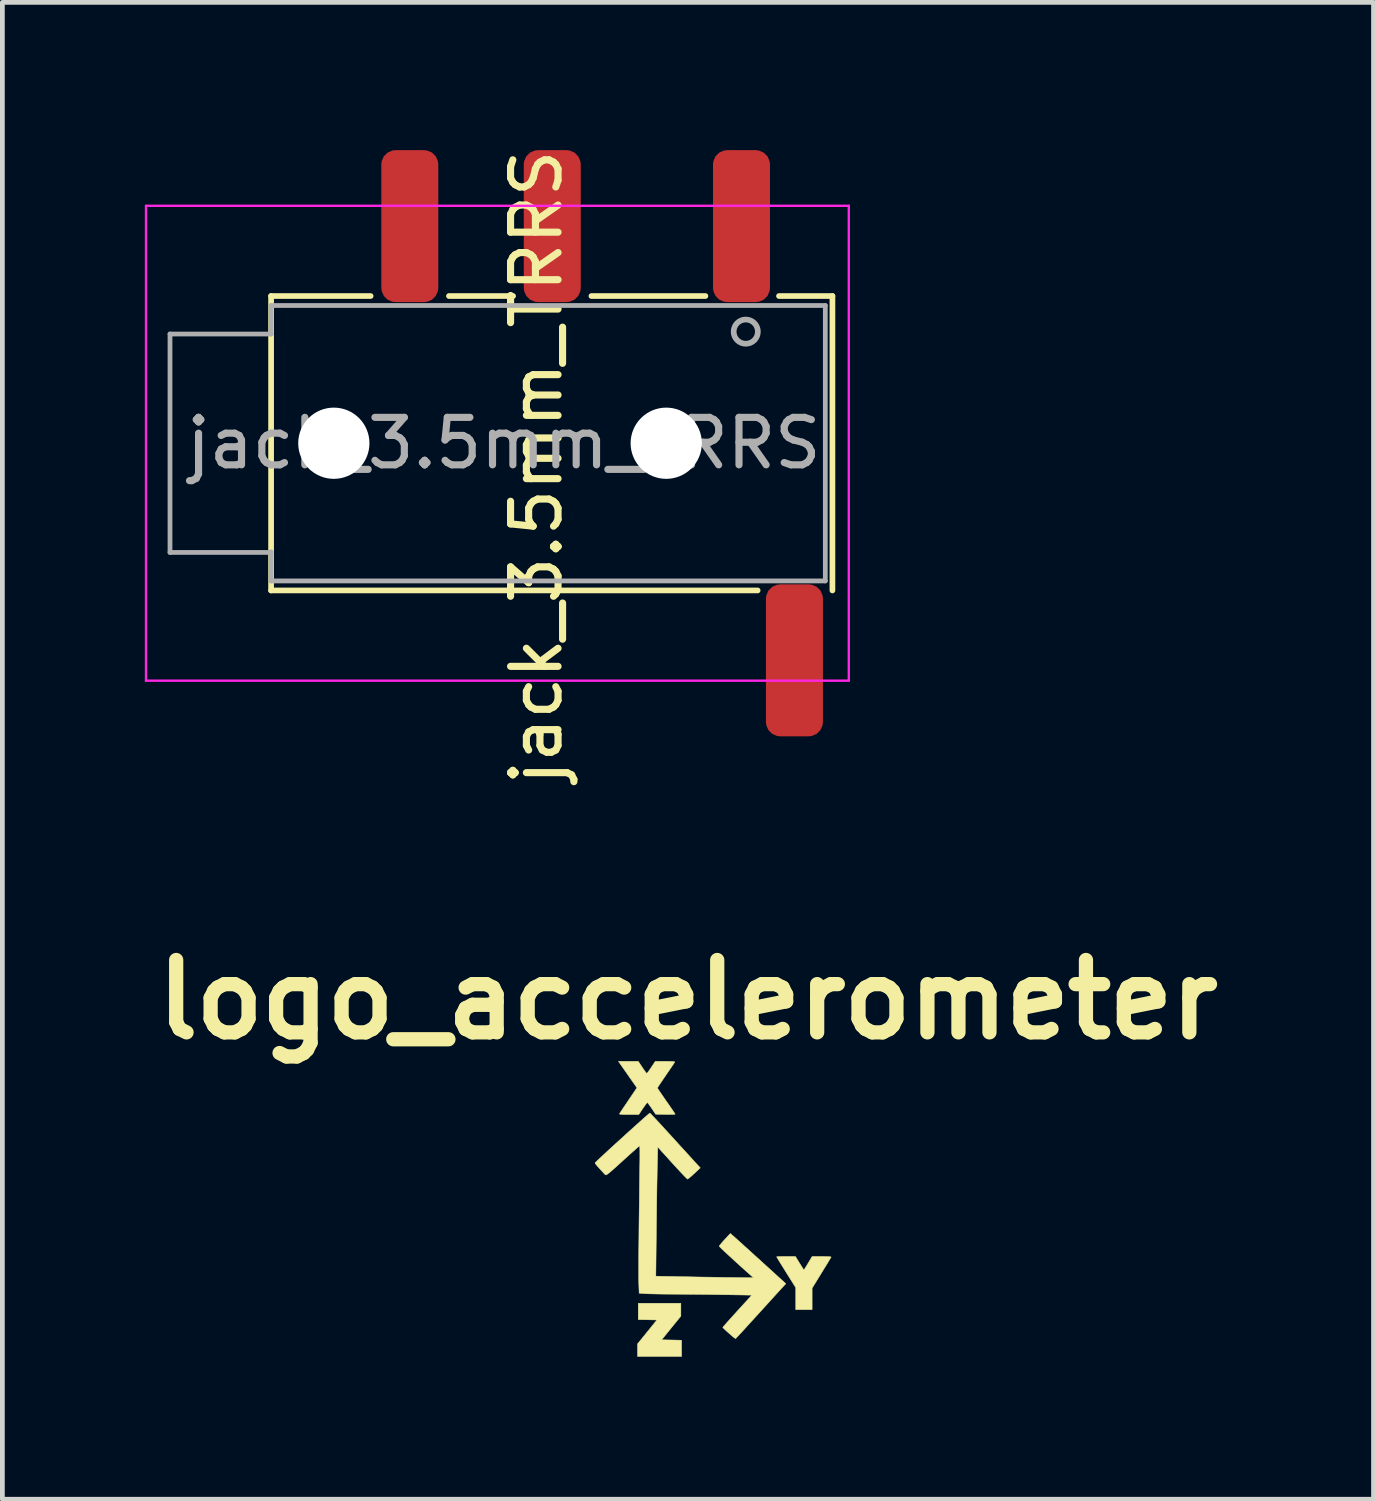
<source format=kicad_pcb>
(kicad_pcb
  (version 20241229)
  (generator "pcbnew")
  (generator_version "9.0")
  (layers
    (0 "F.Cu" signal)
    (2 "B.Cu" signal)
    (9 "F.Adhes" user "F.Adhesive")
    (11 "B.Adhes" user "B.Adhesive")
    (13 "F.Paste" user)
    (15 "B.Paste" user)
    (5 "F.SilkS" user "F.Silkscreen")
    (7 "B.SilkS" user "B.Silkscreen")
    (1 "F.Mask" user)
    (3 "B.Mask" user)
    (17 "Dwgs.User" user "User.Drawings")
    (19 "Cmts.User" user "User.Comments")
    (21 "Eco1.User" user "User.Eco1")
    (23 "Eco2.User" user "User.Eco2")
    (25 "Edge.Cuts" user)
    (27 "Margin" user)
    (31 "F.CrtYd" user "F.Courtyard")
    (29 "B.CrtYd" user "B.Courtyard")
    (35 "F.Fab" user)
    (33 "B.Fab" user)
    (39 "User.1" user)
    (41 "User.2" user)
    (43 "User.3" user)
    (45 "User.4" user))
  (footprint "jack_3.5mm_TRRS"
    (layer "F.Cu")
    (at 8.755 6.284)
    (property "Reference" "jack_3.5mm_TRRS" (at -0.508 0.508 90) (layer "F.SilkS") (effects (font (size 1 1) (thickness 0.15))))
    (attr smd)
    (fp_line (start -6.096 -3.1) (end -6.096 3.1) (stroke (width 0.12) (type solid)) (layer "F.SilkS"))
    (fp_line (start -6.096 -3.1) (end -4 -3.1) (stroke (width 0.12) (type solid)) (layer "F.SilkS"))
    (fp_line (start -2.35 -3.1) (end -1 -3.1) (stroke (width 0.12) (type solid)) (layer "F.SilkS"))
    (fp_line (start 0.65 -3.1) (end 3.05 -3.1) (stroke (width 0.12) (type solid)) (layer "F.SilkS"))
    (fp_line (start 4.15 3.1) (end -6.096 3.1) (stroke (width 0.12) (type solid)) (layer "F.SilkS"))
    (fp_line (start 4.6 -3.1) (end 5.725 -3.1) (stroke (width 0.12) (type solid)) (layer "F.SilkS"))
    (fp_line (start 5.725 3.1) (end 5.725 -3.1) (stroke (width 0.12) (type solid)) (layer "F.SilkS"))
    (fp_line (start -8.73 -5) (end 6.07 -5) (stroke (width 0.05) (type solid)) (layer "F.CrtYd"))
    (fp_line (start -8.73 5) (end -8.73 -5) (stroke (width 0.05) (type solid)) (layer "F.CrtYd"))
    (fp_line (start -8.73 5) (end 6.07 5) (stroke (width 0.05) (type solid)) (layer "F.CrtYd"))
    (fp_line (start 6.07 5) (end 6.07 -5) (stroke (width 0.05) (type solid)) (layer "F.CrtYd"))
    (fp_line (start -8.225 -2.3) (end -6.096 -2.3) (stroke (width 0.1) (type solid)) (layer "F.Fab"))
    (fp_line (start -8.225 2.3) (end -8.225 -2.3) (stroke (width 0.1) (type solid)) (layer "F.Fab"))
    (fp_line (start -6.096 -2.9) (end 5.575 -2.9) (stroke (width 0.1) (type solid)) (layer "F.Fab"))
    (fp_line (start -6.096 -2.3) (end -6.096 -2.9) (stroke (width 0.1) (type solid)) (layer "F.Fab"))
    (fp_line (start -6.096 2.3) (end -8.225 2.3) (stroke (width 0.1) (type solid)) (layer "F.Fab"))
    (fp_line (start -6.096 2.9) (end -6.096 2.286) (stroke (width 0.1) (type solid)) (layer "F.Fab"))
    (fp_line (start 5.575 -2.9) (end 5.575 2.9) (stroke (width 0.1) (type solid)) (layer "F.Fab"))
    (fp_line (start 5.575 2.9) (end -6.096 2.9) (stroke (width 0.1) (type solid)) (layer "F.Fab"))
    (fp_circle (center 3.9 -2.35) (end 3.95 -2.1) (stroke (width 0.12) (type solid)) (fill no) (layer "F.Fab"))
    (fp_text user "${REFERENCE}" (at -1.195 0 0) (layer "F.Fab") (effects (font (size 1 1) (thickness 0.15))))
    (pad "" np_thru_hole circle (at -4.775 0) (size 1.5 1.5) (drill 1.5) (layers "*.Cu" "*.Mask"))
    (pad "" np_thru_hole circle (at 2.225 0) (size 1.5 1.5) (drill 1.5) (layers "*.Cu" "*.Mask"))
    (pad "R1" smd roundrect (at -0.175 -4.572) (size 1.2 3.2) (layers "F.Cu" "F.Mask" "F.Paste") (roundrect_rratio 0.25))
    (pad "R2" smd roundrect (at -3.175 -4.572) (size 1.2 3.2) (layers "F.Cu" "F.Mask" "F.Paste") (roundrect_rratio 0.25))
    (pad "S" smd roundrect (at 4.925 4.572) (size 1.2 3.2) (layers "F.Cu" "F.Mask" "F.Paste") (roundrect_rratio 0.25))
    (pad "T" smd roundrect (at 3.81 -4.572) (size 1.2 3.2) (layers "F.Cu" "F.Mask" "F.Paste") (roundrect_rratio 0.25)))
  (footprint "logo_accelerometer"
    (layer "F.Cu")
    (at 12.199 22.573)
    (property "Reference" "logo_accelerometer" (at -0.762 -4.572 0) (layer "F.SilkS") (effects (font (size 1.524 1.524) (thickness 0.3))))
    (attr through_hole)
    (fp_poly (pts (xy -0.911 2.093) (xy -1.114 2.343) (xy -1.316 2.592) (xy -1.106 2.596) (xy -0.896 2.601) (xy -0.896 2.943) (xy -1.823 2.943) (xy -1.823 2.678) (xy -1.415 2.174) (xy -1.612 2.17) (xy -1.808 2.166) (xy -1.808 1.823) (xy -0.911 1.823) (xy -0.911 2.093)) (stroke (width 0.01) (type solid)) (fill yes) (layer "F.SilkS"))
    (fp_poly (pts (xy 2.13 0.838) (xy 2.19 0.84) (xy 2.233 0.843) (xy 2.253 0.848) (xy 2.254 0.849) (xy 2.245 0.864) (xy 2.222 0.902) (xy 2.189 0.958) (xy 2.146 1.028) (xy 2.095 1.11) (xy 2.051 1.183) (xy 1.853 1.504) (xy 1.853 1.957) (xy 1.509 1.957) (xy 1.509 1.494) (xy 1.307 1.172) (xy 1.253 1.084) (xy 1.203 1.005) (xy 1.162 0.938) (xy 1.131 0.886) (xy 1.111 0.853) (xy 1.106 0.843) (xy 1.12 0.841) (xy 1.158 0.839) (xy 1.215 0.837) (xy 1.286 0.837) (xy 1.304 0.837) (xy 1.502 0.837) (xy 1.589 0.979) (xy 1.624 1.035) (xy 1.653 1.081) (xy 1.673 1.111) (xy 1.68 1.121) (xy 1.689 1.109) (xy 1.71 1.076) (xy 1.74 1.028) (xy 1.769 0.979) (xy 1.854 0.837) (xy 2.056 0.837) (xy 2.13 0.838)) (stroke (width 0.01) (type solid)) (fill yes) (layer "F.SilkS"))
    (fp_poly (pts (xy -1.724 -3.145) (xy -1.687 -3.092) (xy -1.657 -3.05) (xy -1.636 -3.024) (xy -1.629 -3.018) (xy -1.616 -3.03) (xy -1.592 -3.061) (xy -1.559 -3.107) (xy -1.534 -3.145) (xy -1.449 -3.272) (xy -1.239 -3.272) (xy -1.146 -3.271) (xy -1.081 -3.268) (xy -1.045 -3.263) (xy -1.039 -3.257) (xy -1.05 -3.24) (xy -1.075 -3.203) (xy -1.111 -3.149) (xy -1.157 -3.082) (xy -1.209 -3.006) (xy -1.226 -2.981) (xy -1.279 -2.903) (xy -1.326 -2.834) (xy -1.364 -2.777) (xy -1.391 -2.735) (xy -1.404 -2.713) (xy -1.404 -2.711) (xy -1.396 -2.697) (xy -1.373 -2.661) (xy -1.338 -2.609) (xy -1.293 -2.544) (xy -1.241 -2.468) (xy -1.218 -2.435) (xy -1.163 -2.357) (xy -1.115 -2.287) (xy -1.075 -2.229) (xy -1.047 -2.186) (xy -1.032 -2.163) (xy -1.031 -2.16) (xy -1.045 -2.157) (xy -1.083 -2.155) (xy -1.141 -2.154) (xy -1.212 -2.154) (xy -1.236 -2.155) (xy -1.442 -2.159) (xy -1.524 -2.282) (xy -1.56 -2.334) (xy -1.59 -2.375) (xy -1.611 -2.4) (xy -1.617 -2.405) (xy -1.63 -2.394) (xy -1.654 -2.362) (xy -1.687 -2.316) (xy -1.713 -2.279) (xy -1.797 -2.152) (xy -2.005 -2.152) (xy -2.09 -2.152) (xy -2.149 -2.154) (xy -2.185 -2.158) (xy -2.201 -2.163) (xy -2.202 -2.17) (xy -2.191 -2.188) (xy -2.166 -2.226) (xy -2.129 -2.281) (xy -2.083 -2.349) (xy -2.031 -2.426) (xy -2.014 -2.452) (xy -1.836 -2.715) (xy -2.03 -2.993) (xy -2.225 -3.272) (xy -1.808 -3.272) (xy -1.724 -3.145)) (stroke (width 0.01) (type solid)) (fill yes) (layer "F.SilkS"))
    (fp_poly (pts (xy -1.552 -2.172) (xy -1.522 -2.141) (xy -1.476 -2.093) (xy -1.417 -2.03) (xy -1.347 -1.955) (xy -1.268 -1.868) (xy -1.182 -1.774) (xy -1.155 -1.745) (xy -1.061 -1.642) (xy -0.969 -1.54) (xy -0.88 -1.443) (xy -0.799 -1.354) (xy -0.728 -1.276) (xy -0.671 -1.214) (xy -0.631 -1.17) (xy -0.63 -1.168) (xy -0.502 -1.029) (xy -0.628 -0.911) (xy -0.68 -0.864) (xy -0.724 -0.826) (xy -0.755 -0.801) (xy -0.77 -0.793) (xy -0.783 -0.803) (xy -0.814 -0.833) (xy -0.859 -0.88) (xy -0.917 -0.941) (xy -0.985 -1.014) (xy -1.059 -1.095) (xy -1.091 -1.13) (xy -1.397 -1.468) (xy -1.406 -1.111) (xy -1.408 -1.032) (xy -1.41 -0.928) (xy -1.412 -0.8) (xy -1.415 -0.654) (xy -1.417 -0.494) (xy -1.42 -0.322) (xy -1.422 -0.142) (xy -1.424 0.041) (xy -1.427 0.224) (xy -1.427 0.249) (xy -1.438 1.252) (xy -1.014 1.26) (xy -0.897 1.263) (xy -0.758 1.265) (xy -0.602 1.268) (xy -0.437 1.271) (xy -0.269 1.273) (xy -0.107 1.276) (xy 0.015 1.278) (xy 0.62 1.286) (xy 0.556 1.229) (xy 0.46 1.144) (xy 0.364 1.058) (xy 0.271 0.973) (xy 0.182 0.892) (xy 0.101 0.817) (xy 0.03 0.751) (xy -0.029 0.696) (xy -0.072 0.654) (xy -0.097 0.628) (xy -0.103 0.62) (xy -0.093 0.604) (xy -0.067 0.571) (xy -0.029 0.526) (xy 0.014 0.479) (xy 0.131 0.353) (xy 0.174 0.39) (xy 0.194 0.407) (xy 0.233 0.442) (xy 0.29 0.493) (xy 0.362 0.558) (xy 0.446 0.634) (xy 0.541 0.72) (xy 0.644 0.814) (xy 0.753 0.912) (xy 0.759 0.918) (xy 1.3 1.41) (xy 1.257 1.456) (xy 1.238 1.476) (xy 1.202 1.516) (xy 1.15 1.573) (xy 1.084 1.645) (xy 1.007 1.73) (xy 0.921 1.825) (xy 0.827 1.928) (xy 0.733 2.032) (xy 0.636 2.138) (xy 0.546 2.237) (xy 0.463 2.328) (xy 0.391 2.407) (xy 0.331 2.472) (xy 0.284 2.522) (xy 0.254 2.554) (xy 0.242 2.566) (xy 0.242 2.566) (xy 0.227 2.558) (xy 0.195 2.534) (xy 0.151 2.497) (xy 0.102 2.454) (xy 0.051 2.408) (xy 0.009 2.369) (xy -0.019 2.342) (xy -0.028 2.331) (xy -0.019 2.318) (xy 0.009 2.287) (xy 0.051 2.238) (xy 0.107 2.176) (xy 0.172 2.103) (xy 0.246 2.022) (xy 0.277 1.987) (xy 0.584 1.651) (xy 0.019 1.642) (xy -0.138 1.64) (xy -0.312 1.637) (xy -0.494 1.635) (xy -0.675 1.633) (xy -0.847 1.632) (xy -1.002 1.631) (xy -1.055 1.631) (xy -1.181 1.63) (xy -1.303 1.629) (xy -1.416 1.627) (xy -1.515 1.625) (xy -1.596 1.623) (xy -1.654 1.621) (xy -1.677 1.619) (xy -1.789 1.61) (xy -1.797 1.391) (xy -1.798 1.341) (xy -1.799 1.272) (xy -1.799 1.183) (xy -1.799 1.072) (xy -1.799 0.94) (xy -1.798 0.785) (xy -1.796 0.606) (xy -1.794 0.403) (xy -1.792 0.175) (xy -1.789 -0.079) (xy -1.785 -0.36) (xy -1.782 -0.669) (xy -1.777 -1.006) (xy -1.774 -1.214) (xy -1.774 -1.302) (xy -1.774 -1.378) (xy -1.775 -1.439) (xy -1.777 -1.479) (xy -1.779 -1.494) (xy -1.78 -1.494) (xy -1.792 -1.484) (xy -1.825 -1.457) (xy -1.873 -1.414) (xy -1.936 -1.358) (xy -2.01 -1.292) (xy -2.092 -1.218) (xy -2.136 -1.178) (xy -2.232 -1.09) (xy -2.309 -1.021) (xy -2.369 -0.968) (xy -2.415 -0.929) (xy -2.448 -0.903) (xy -2.471 -0.888) (xy -2.487 -0.881) (xy -2.498 -0.882) (xy -2.506 -0.887) (xy -2.509 -0.891) (xy -2.579 -0.966) (xy -2.637 -1.03) (xy -2.682 -1.081) (xy -2.71 -1.116) (xy -2.719 -1.132) (xy -2.709 -1.144) (xy -2.678 -1.174) (xy -2.631 -1.219) (xy -2.568 -1.277) (xy -2.494 -1.346) (xy -2.41 -1.424) (xy -2.318 -1.508) (xy -2.222 -1.595) (xy -2.124 -1.684) (xy -2.027 -1.773) (xy -1.932 -1.858) (xy -1.843 -1.938) (xy -1.762 -2.011) (xy -1.692 -2.074) (xy -1.634 -2.124) (xy -1.593 -2.16) (xy -1.569 -2.18) (xy -1.564 -2.182) (xy -1.552 -2.172)) (stroke (width 0.01) (type solid)) (fill yes) (layer "F.SilkS")))
  (gr_rect
    (start -3 -3)
    (end 25.875 28.522)
    (stroke (width 0.1) (type default))
    (fill no)
    (layer "Edge.Cuts")))
</source>
